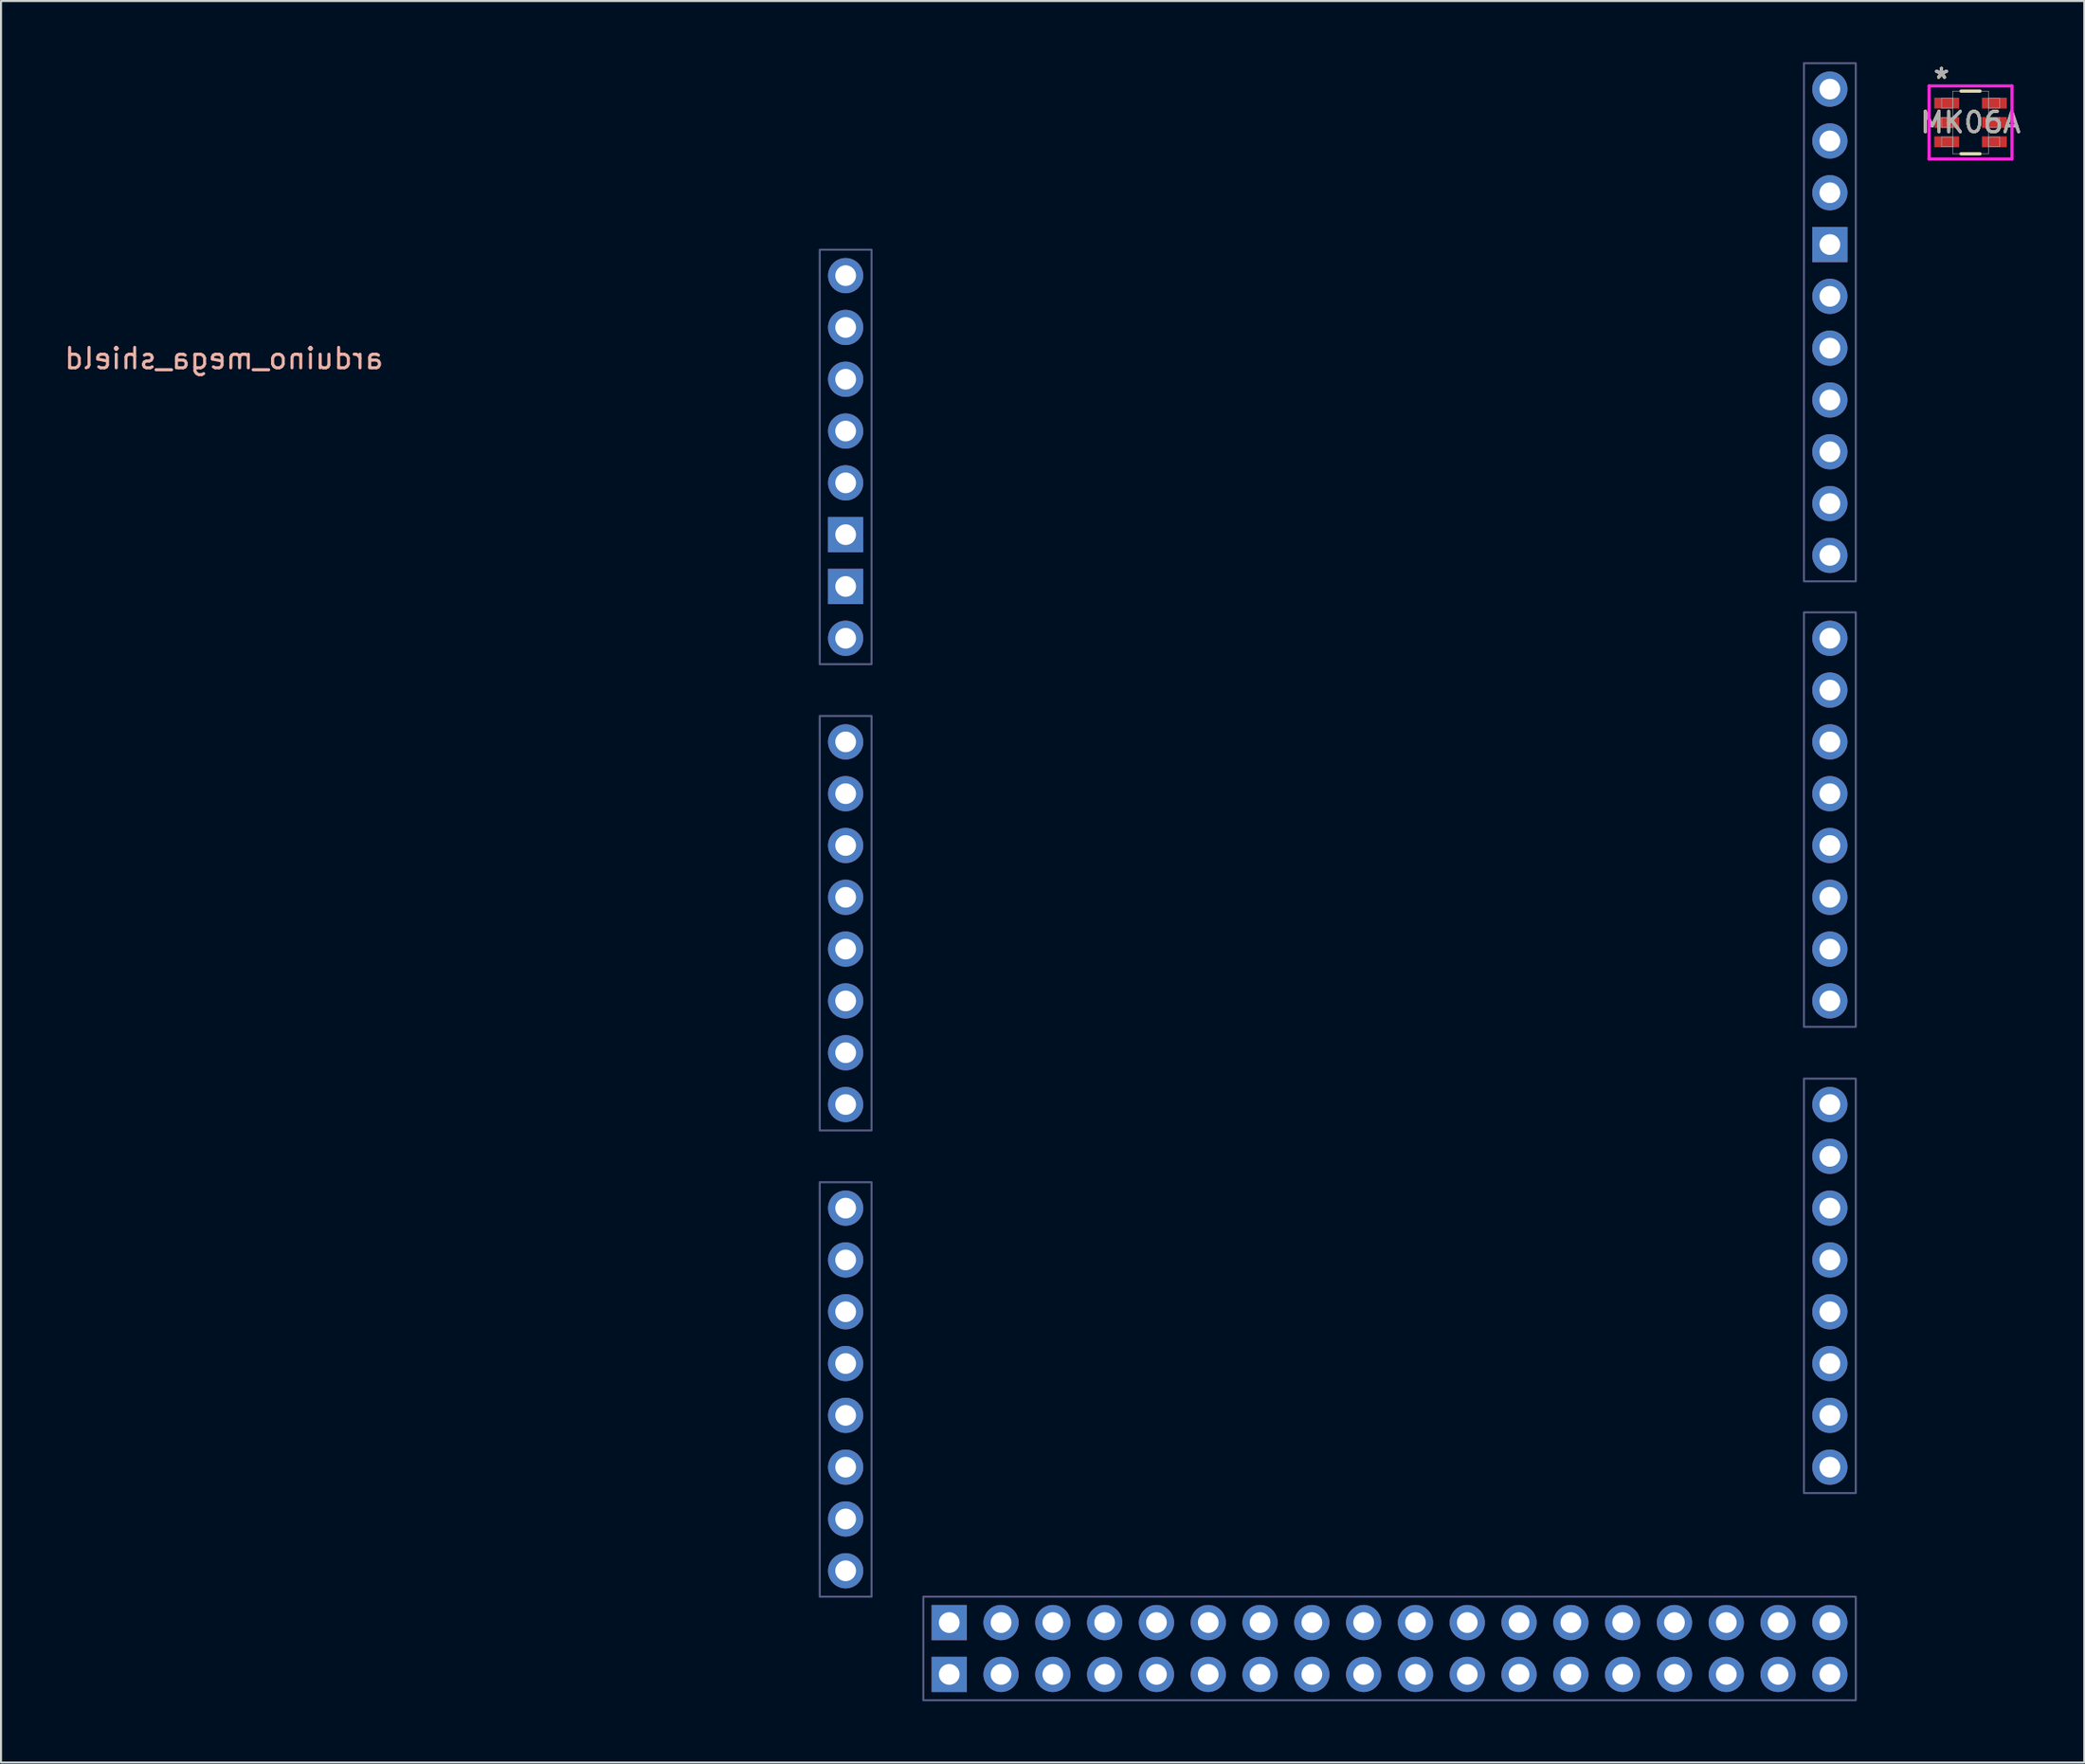
<source format=kicad_pcb>
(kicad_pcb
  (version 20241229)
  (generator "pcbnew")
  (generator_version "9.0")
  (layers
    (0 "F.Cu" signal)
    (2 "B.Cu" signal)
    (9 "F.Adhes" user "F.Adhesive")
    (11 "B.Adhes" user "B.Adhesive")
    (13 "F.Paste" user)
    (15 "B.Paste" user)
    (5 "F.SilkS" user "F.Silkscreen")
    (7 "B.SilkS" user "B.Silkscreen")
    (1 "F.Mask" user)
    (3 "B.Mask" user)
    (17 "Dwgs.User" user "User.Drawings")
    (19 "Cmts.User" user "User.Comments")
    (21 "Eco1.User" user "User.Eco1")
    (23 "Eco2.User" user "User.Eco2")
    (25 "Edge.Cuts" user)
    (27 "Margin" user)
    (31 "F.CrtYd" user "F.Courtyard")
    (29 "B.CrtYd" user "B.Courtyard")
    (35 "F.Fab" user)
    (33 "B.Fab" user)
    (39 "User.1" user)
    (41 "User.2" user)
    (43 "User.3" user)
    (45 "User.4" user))
  (footprint "arduino_mega_shield"
    (layer "F.Cu")
    (at 86.675 1.32)
    (property "Reference" "arduino_mega_shield" (at -78.74 13.208 0) (layer "B.SilkS") (effects (font (size 1 1) (thickness 0.15)) (justify mirror)))
    (attr through_hole)
    (fp_rect (start -46.99 7.874) (end -49.53 28.194) (stroke (width 0.1) (type solid)) (fill no) (layer "B.Fab"))
    (fp_rect (start -46.99 30.734) (end -49.53 51.054) (stroke (width 0.1) (type solid)) (fill no) (layer "B.Fab"))
    (fp_rect (start -46.99 53.594) (end -49.53 73.914) (stroke (width 0.1) (type solid)) (fill no) (layer "B.Fab"))
    (fp_rect (start 1.27 -1.27) (end -1.27 24.13) (stroke (width 0.1) (type solid)) (fill no) (layer "B.Fab"))
    (fp_rect (start 1.27 25.654) (end -1.27 45.974) (stroke (width 0.1) (type solid)) (fill no) (layer "B.Fab"))
    (fp_rect (start 1.27 48.514) (end -1.27 68.834) (stroke (width 0.1) (type solid)) (fill no) (layer "B.Fab"))
    (fp_rect (start 1.27 73.914) (end -44.45 78.994) (stroke (width 0.1) (type solid)) (fill no) (layer "B.Fab"))
    (pad "1" thru_hole oval (at -48.26 9.144 270) (size 1.727 1.727) (drill 1.016) (layers "*.Cu" "*.Mask"))
    (pad "2" thru_hole oval (at -48.26 11.684 270) (size 1.727 1.727) (drill 1.016) (layers "*.Cu" "*.Mask"))
    (pad "3" thru_hole oval (at -48.26 14.224 270) (size 1.727 1.727) (drill 1.016) (layers "*.Cu" "*.Mask"))
    (pad "4" thru_hole oval (at -48.26 16.764 270) (size 1.727 1.727) (drill 1.016) (layers "*.Cu" "*.Mask"))
    (pad "5" thru_hole oval (at -48.26 19.304 270) (size 1.727 1.727) (drill 1.016) (layers "*.Cu" "*.Mask"))
    (pad "6" thru_hole rect (at -48.26 21.844 270) (size 1.727 1.727) (drill 1.016) (layers "*.Cu" "*.Mask"))
    (pad "7" thru_hole rect (at -48.26 24.384 270) (size 1.727 1.727) (drill 1.016) (layers "*.Cu" "*.Mask"))
    (pad "8" thru_hole oval (at -48.26 26.924 270) (size 1.727 1.727) (drill 1.016) (layers "*.Cu" "*.Mask"))
    (pad "9" thru_hole oval (at -48.26 32.004 270) (size 1.727 1.727) (drill 1.016) (layers "*.Cu" "*.Mask"))
    (pad "10" thru_hole oval (at -48.26 34.544 270) (size 1.727 1.727) (drill 1.016) (layers "*.Cu" "*.Mask"))
    (pad "11" thru_hole oval (at -48.26 37.084 270) (size 1.727 1.727) (drill 1.016) (layers "*.Cu" "*.Mask"))
    (pad "12" thru_hole oval (at -48.26 39.624 270) (size 1.727 1.727) (drill 1.016) (layers "*.Cu" "*.Mask"))
    (pad "13" thru_hole oval (at -48.26 42.164 270) (size 1.727 1.727) (drill 1.016) (layers "*.Cu" "*.Mask"))
    (pad "14" thru_hole oval (at -48.26 44.704 270) (size 1.727 1.727) (drill 1.016) (layers "*.Cu" "*.Mask"))
    (pad "15" thru_hole oval (at -48.26 47.244 270) (size 1.727 1.727) (drill 1.016) (layers "*.Cu" "*.Mask"))
    (pad "16" thru_hole oval (at -48.26 49.784 270) (size 1.727 1.727) (drill 1.016) (layers "*.Cu" "*.Mask"))
    (pad "17" thru_hole oval (at -48.26 54.864 270) (size 1.727 1.727) (drill 1.016) (layers "*.Cu" "*.Mask"))
    (pad "18" thru_hole oval (at -48.26 57.404 270) (size 1.727 1.727) (drill 1.016) (layers "*.Cu" "*.Mask"))
    (pad "19" thru_hole oval (at -48.26 59.944 270) (size 1.727 1.727) (drill 1.016) (layers "*.Cu" "*.Mask"))
    (pad "20" thru_hole oval (at -48.26 62.484 270) (size 1.727 1.727) (drill 1.016) (layers "*.Cu" "*.Mask"))
    (pad "21" thru_hole oval (at -48.26 65.024 270) (size 1.727 1.727) (drill 1.016) (layers "*.Cu" "*.Mask"))
    (pad "22" thru_hole oval (at -48.26 67.564 270) (size 1.727 1.727) (drill 1.016) (layers "*.Cu" "*.Mask"))
    (pad "23" thru_hole oval (at -48.26 70.104 270) (size 1.727 1.727) (drill 1.016) (layers "*.Cu" "*.Mask"))
    (pad "24" thru_hole oval (at -48.26 72.644 270) (size 1.727 1.727) (drill 1.016) (layers "*.Cu" "*.Mask"))
    (pad "25" thru_hole rect (at -43.18 75.184 270) (size 1.727 1.727) (drill 1.016) (layers "*.Cu" "*.Mask"))
    (pad "26" thru_hole rect (at -43.18 77.724 270) (size 1.727 1.727) (drill 1.016) (layers "*.Cu" "*.Mask"))
    (pad "27" thru_hole oval (at -40.64 75.184 270) (size 1.727 1.727) (drill 1.016) (layers "*.Cu" "*.Mask"))
    (pad "28" thru_hole oval (at -40.64 77.724 270) (size 1.727 1.727) (drill 1.016) (layers "*.Cu" "*.Mask"))
    (pad "29" thru_hole oval (at -38.1 75.184 270) (size 1.727 1.727) (drill 1.016) (layers "*.Cu" "*.Mask"))
    (pad "30" thru_hole oval (at -38.1 77.724 270) (size 1.727 1.727) (drill 1.016) (layers "*.Cu" "*.Mask"))
    (pad "31" thru_hole oval (at -35.56 75.184 270) (size 1.727 1.727) (drill 1.016) (layers "*.Cu" "*.Mask"))
    (pad "32" thru_hole oval (at -35.56 77.724 270) (size 1.727 1.727) (drill 1.016) (layers "*.Cu" "*.Mask"))
    (pad "33" thru_hole oval (at -33.02 75.184 270) (size 1.727 1.727) (drill 1.016) (layers "*.Cu" "*.Mask"))
    (pad "34" thru_hole oval (at -33.02 77.724 270) (size 1.727 1.727) (drill 1.016) (layers "*.Cu" "*.Mask"))
    (pad "35" thru_hole oval (at -30.48 75.184 270) (size 1.727 1.727) (drill 1.016) (layers "*.Cu" "*.Mask"))
    (pad "36" thru_hole oval (at -30.48 77.724 270) (size 1.727 1.727) (drill 1.016) (layers "*.Cu" "*.Mask"))
    (pad "37" thru_hole oval (at -27.94 75.184 270) (size 1.727 1.727) (drill 1.016) (layers "*.Cu" "*.Mask"))
    (pad "38" thru_hole oval (at -27.94 77.724 270) (size 1.727 1.727) (drill 1.016) (layers "*.Cu" "*.Mask"))
    (pad "39" thru_hole oval (at -25.4 75.184 270) (size 1.727 1.727) (drill 1.016) (layers "*.Cu" "*.Mask"))
    (pad "40" thru_hole oval (at -25.4 77.724 270) (size 1.727 1.727) (drill 1.016) (layers "*.Cu" "*.Mask"))
    (pad "41" thru_hole oval (at -22.86 75.184 270) (size 1.727 1.727) (drill 1.016) (layers "*.Cu" "*.Mask"))
    (pad "42" thru_hole oval (at -22.86 77.724 270) (size 1.727 1.727) (drill 1.016) (layers "*.Cu" "*.Mask"))
    (pad "43" thru_hole oval (at -20.32 75.184 270) (size 1.727 1.727) (drill 1.016) (layers "*.Cu" "*.Mask"))
    (pad "44" thru_hole oval (at -20.32 77.724 270) (size 1.727 1.727) (drill 1.016) (layers "*.Cu" "*.Mask"))
    (pad "45" thru_hole oval (at -17.78 75.184 270) (size 1.727 1.727) (drill 1.016) (layers "*.Cu" "*.Mask"))
    (pad "46" thru_hole oval (at -17.78 77.724 270) (size 1.727 1.727) (drill 1.016) (layers "*.Cu" "*.Mask"))
    (pad "47" thru_hole oval (at -15.24 75.184 270) (size 1.727 1.727) (drill 1.016) (layers "*.Cu" "*.Mask"))
    (pad "48" thru_hole oval (at -15.24 77.724 270) (size 1.727 1.727) (drill 1.016) (layers "*.Cu" "*.Mask"))
    (pad "49" thru_hole oval (at -12.7 75.184 270) (size 1.727 1.727) (drill 1.016) (layers "*.Cu" "*.Mask"))
    (pad "50" thru_hole oval (at -12.7 77.724 270) (size 1.727 1.727) (drill 1.016) (layers "*.Cu" "*.Mask"))
    (pad "51" thru_hole oval (at -10.16 75.184 270) (size 1.727 1.727) (drill 1.016) (layers "*.Cu" "*.Mask"))
    (pad "52" thru_hole oval (at -10.16 77.724 270) (size 1.727 1.727) (drill 1.016) (layers "*.Cu" "*.Mask"))
    (pad "53" thru_hole oval (at -7.62 75.184 270) (size 1.727 1.727) (drill 1.016) (layers "*.Cu" "*.Mask"))
    (pad "54" thru_hole oval (at -7.62 77.724 270) (size 1.727 1.727) (drill 1.016) (layers "*.Cu" "*.Mask"))
    (pad "55" thru_hole oval (at -5.08 75.184 270) (size 1.727 1.727) (drill 1.016) (layers "*.Cu" "*.Mask"))
    (pad "56" thru_hole oval (at -5.08 77.724 270) (size 1.727 1.727) (drill 1.016) (layers "*.Cu" "*.Mask"))
    (pad "57" thru_hole oval (at -2.54 75.184 270) (size 1.727 1.727) (drill 1.016) (layers "*.Cu" "*.Mask"))
    (pad "58" thru_hole oval (at -2.54 77.724 270) (size 1.727 1.727) (drill 1.016) (layers "*.Cu" "*.Mask"))
    (pad "59" thru_hole oval (at 0 75.184 270) (size 1.727 1.727) (drill 1.016) (layers "*.Cu" "*.Mask"))
    (pad "60" thru_hole oval (at 0 77.724 270) (size 1.727 1.727) (drill 1.016) (layers "*.Cu" "*.Mask"))
    (pad "61" thru_hole oval (at 0 67.564 270) (size 1.727 1.727) (drill 1.016) (layers "*.Cu" "*.Mask"))
    (pad "62" thru_hole oval (at 0 65.024 270) (size 1.727 1.727) (drill 1.016) (layers "*.Cu" "*.Mask"))
    (pad "63" thru_hole oval (at 0 62.484 270) (size 1.727 1.727) (drill 1.016) (layers "*.Cu" "*.Mask"))
    (pad "64" thru_hole oval (at 0 59.944 270) (size 1.727 1.727) (drill 1.016) (layers "*.Cu" "*.Mask"))
    (pad "65" thru_hole oval (at 0 57.404 270) (size 1.727 1.727) (drill 1.016) (layers "*.Cu" "*.Mask"))
    (pad "66" thru_hole oval (at 0 54.864 270) (size 1.727 1.727) (drill 1.016) (layers "*.Cu" "*.Mask"))
    (pad "67" thru_hole oval (at 0 52.324 270) (size 1.727 1.727) (drill 1.016) (layers "*.Cu" "*.Mask"))
    (pad "68" thru_hole oval (at 0 49.784 270) (size 1.727 1.727) (drill 1.016) (layers "*.Cu" "*.Mask"))
    (pad "69" thru_hole oval (at 0 44.704 270) (size 1.727 1.727) (drill 1.016) (layers "*.Cu" "*.Mask"))
    (pad "70" thru_hole oval (at 0 42.164 270) (size 1.727 1.727) (drill 1.016) (layers "*.Cu" "*.Mask"))
    (pad "71" thru_hole oval (at 0 39.624 270) (size 1.727 1.727) (drill 1.016) (layers "*.Cu" "*.Mask"))
    (pad "72" thru_hole oval (at 0 37.084 270) (size 1.727 1.727) (drill 1.016) (layers "*.Cu" "*.Mask"))
    (pad "73" thru_hole oval (at 0 34.544 270) (size 1.727 1.727) (drill 1.016) (layers "*.Cu" "*.Mask"))
    (pad "74" thru_hole oval (at 0 32.004 270) (size 1.727 1.727) (drill 1.016) (layers "*.Cu" "*.Mask"))
    (pad "75" thru_hole oval (at 0 29.464 270) (size 1.727 1.727) (drill 1.016) (layers "*.Cu" "*.Mask"))
    (pad "76" thru_hole oval (at 0 26.924 270) (size 1.727 1.727) (drill 1.016) (layers "*.Cu" "*.Mask"))
    (pad "77" thru_hole oval (at 0 22.86 270) (size 1.727 1.727) (drill 1.016) (layers "*.Cu" "*.Mask"))
    (pad "78" thru_hole oval (at 0 20.32 270) (size 1.727 1.727) (drill 1.016) (layers "*.Cu" "*.Mask"))
    (pad "79" thru_hole oval (at 0 17.78 270) (size 1.727 1.727) (drill 1.016) (layers "*.Cu" "*.Mask"))
    (pad "80" thru_hole oval (at 0 15.24 270) (size 1.727 1.727) (drill 1.016) (layers "*.Cu" "*.Mask"))
    (pad "81" thru_hole oval (at 0 12.7 270) (size 1.727 1.727) (drill 1.016) (layers "*.Cu" "*.Mask"))
    (pad "82" thru_hole oval (at 0 10.16 270) (size 1.727 1.727) (drill 1.016) (layers "*.Cu" "*.Mask"))
    (pad "83" thru_hole rect (at 0 7.62 270) (size 1.727 1.727) (drill 1.016) (layers "*.Cu" "*.Mask"))
    (pad "84" thru_hole oval (at 0 5.08 270) (size 1.727 1.727) (drill 1.016) (layers "*.Cu" "*.Mask"))
    (pad "85" thru_hole oval (at 0 2.54 270) (size 1.727 1.727) (drill 1.016) (layers "*.Cu" "*.Mask"))
    (pad "86" thru_hole oval (at 0 0 270) (size 1.727 1.727) (drill 1.016) (layers "*.Cu" "*.Mask")))
  (footprint "MK06A"
    (layer "F.Cu")
    (at 93.572 2.954)
    (property "Reference" "MK06A" (at 0 0 0) (unlocked yes) (layer "F.SilkS") (effects (font (size 1 1) (thickness 0.15))))
    (attr smd)
    (fp_line (start -0.468 1.537) (end 0.468 1.537) (stroke (width 0.152) (type solid)) (layer "F.SilkS"))
    (fp_line (start 0.468 -1.537) (end -0.468 -1.537) (stroke (width 0.152) (type solid)) (layer "F.SilkS"))
    (fp_line (start -2.032 -1.791) (end 2.032 -1.791) (stroke (width 0.152) (type solid)) (layer "F.CrtYd"))
    (fp_line (start -2.032 1.791) (end -2.032 -1.791) (stroke (width 0.152) (type solid)) (layer "F.CrtYd"))
    (fp_line (start 2.032 -1.791) (end 2.032 1.791) (stroke (width 0.152) (type solid)) (layer "F.CrtYd"))
    (fp_line (start 2.032 1.791) (end -2.032 1.791) (stroke (width 0.152) (type solid)) (layer "F.CrtYd"))
    (fp_line (start -1.422 -1.191) (end -1.422 -0.709) (stroke (width 0.025) (type solid)) (layer "F.Fab"))
    (fp_line (start -1.422 -0.709) (end -0.876 -0.709) (stroke (width 0.025) (type solid)) (layer "F.Fab"))
    (fp_line (start -1.422 -0.241) (end -1.422 0.241) (stroke (width 0.025) (type solid)) (layer "F.Fab"))
    (fp_line (start -1.422 0.241) (end -0.876 0.241) (stroke (width 0.025) (type solid)) (layer "F.Fab"))
    (fp_line (start -1.422 0.709) (end -1.422 1.191) (stroke (width 0.025) (type solid)) (layer "F.Fab"))
    (fp_line (start -1.422 1.191) (end -0.876 1.191) (stroke (width 0.025) (type solid)) (layer "F.Fab"))
    (fp_line (start -0.876 -1.537) (end -0.876 1.537) (stroke (width 0.025) (type solid)) (layer "F.Fab"))
    (fp_line (start -0.876 -1.191) (end -1.422 -1.191) (stroke (width 0.025) (type solid)) (layer "F.Fab"))
    (fp_line (start -0.876 -0.709) (end -0.876 -1.191) (stroke (width 0.025) (type solid)) (layer "F.Fab"))
    (fp_line (start -0.876 -0.241) (end -1.422 -0.241) (stroke (width 0.025) (type solid)) (layer "F.Fab"))
    (fp_line (start -0.876 0.241) (end -0.876 -0.241) (stroke (width 0.025) (type solid)) (layer "F.Fab"))
    (fp_line (start -0.876 0.709) (end -1.422 0.709) (stroke (width 0.025) (type solid)) (layer "F.Fab"))
    (fp_line (start -0.876 1.191) (end -0.876 0.709) (stroke (width 0.025) (type solid)) (layer "F.Fab"))
    (fp_line (start -0.876 1.537) (end 0.876 1.537) (stroke (width 0.025) (type solid)) (layer "F.Fab"))
    (fp_line (start 0.876 -1.537) (end -0.876 -1.537) (stroke (width 0.025) (type solid)) (layer "F.Fab"))
    (fp_line (start 0.876 -1.191) (end 0.876 -0.709) (stroke (width 0.025) (type solid)) (layer "F.Fab"))
    (fp_line (start 0.876 -0.709) (end 1.422 -0.709) (stroke (width 0.025) (type solid)) (layer "F.Fab"))
    (fp_line (start 0.876 -0.241) (end 0.876 0.241) (stroke (width 0.025) (type solid)) (layer "F.Fab"))
    (fp_line (start 0.876 0.241) (end 1.422 0.241) (stroke (width 0.025) (type solid)) (layer "F.Fab"))
    (fp_line (start 0.876 0.709) (end 0.876 1.191) (stroke (width 0.025) (type solid)) (layer "F.Fab"))
    (fp_line (start 0.876 1.191) (end 1.422 1.191) (stroke (width 0.025) (type solid)) (layer "F.Fab"))
    (fp_line (start 0.876 1.537) (end 0.876 -1.537) (stroke (width 0.025) (type solid)) (layer "F.Fab"))
    (fp_line (start 1.422 -1.191) (end 0.876 -1.191) (stroke (width 0.025) (type solid)) (layer "F.Fab"))
    (fp_line (start 1.422 -0.709) (end 1.422 -1.191) (stroke (width 0.025) (type solid)) (layer "F.Fab"))
    (fp_line (start 1.422 -0.241) (end 0.876 -0.241) (stroke (width 0.025) (type solid)) (layer "F.Fab"))
    (fp_line (start 1.422 0.241) (end 1.422 -0.241) (stroke (width 0.025) (type solid)) (layer "F.Fab"))
    (fp_line (start 1.422 0.709) (end 0.876 0.709) (stroke (width 0.025) (type solid)) (layer "F.Fab"))
    (fp_line (start 1.422 1.191) (end 1.422 0.709) (stroke (width 0.025) (type solid)) (layer "F.Fab"))
    (fp_text user "*" (at -1.422 -2.106 0) (layer "F.SilkS") (effects (font (size 1 1) (thickness 0.15))))
    (fp_text user "*" (at -1.422 -2.106 0) (unlocked yes) (layer "F.SilkS") (effects (font (size 1 1) (thickness 0.15))))
    (fp_text user "${REFERENCE}" (at 0 0 0) (unlocked yes) (layer "F.Fab") (effects (font (size 1 1) (thickness 0.15))))
    (fp_text user "*" (at -1.422 -2.106 0) (layer "F.Fab") (effects (font (size 1 1) (thickness 0.15))))
    (fp_text user "*" (at -1.422 -2.106 0) (unlocked yes) (layer "F.Fab") (effects (font (size 1 1) (thickness 0.15))))
    (pad "1" smd rect (at -1.168 -0.95) (size 1.219 0.533) (layers "F.Cu" "F.Mask" "F.Paste"))
    (pad "2" smd rect (at -1.168 0) (size 1.219 0.533) (layers "F.Cu" "F.Mask" "F.Paste"))
    (pad "3" smd rect (at -1.168 0.95) (size 1.219 0.533) (layers "F.Cu" "F.Mask" "F.Paste"))
    (pad "4" smd rect (at 1.168 0.95) (size 1.219 0.533) (layers "F.Cu" "F.Mask" "F.Paste"))
    (pad "5" smd rect (at 1.168 0) (size 1.219 0.533) (layers "F.Cu" "F.Mask" "F.Paste"))
    (pad "6" smd rect (at 1.168 -0.95) (size 1.219 0.533) (layers "F.Cu" "F.Mask" "F.Paste")))
  (gr_rect
    (start -3 -3)
    (end 99.149 83.364)
    (stroke (width 0.1) (type default))
    (fill no)
    (layer "Edge.Cuts")))
</source>
